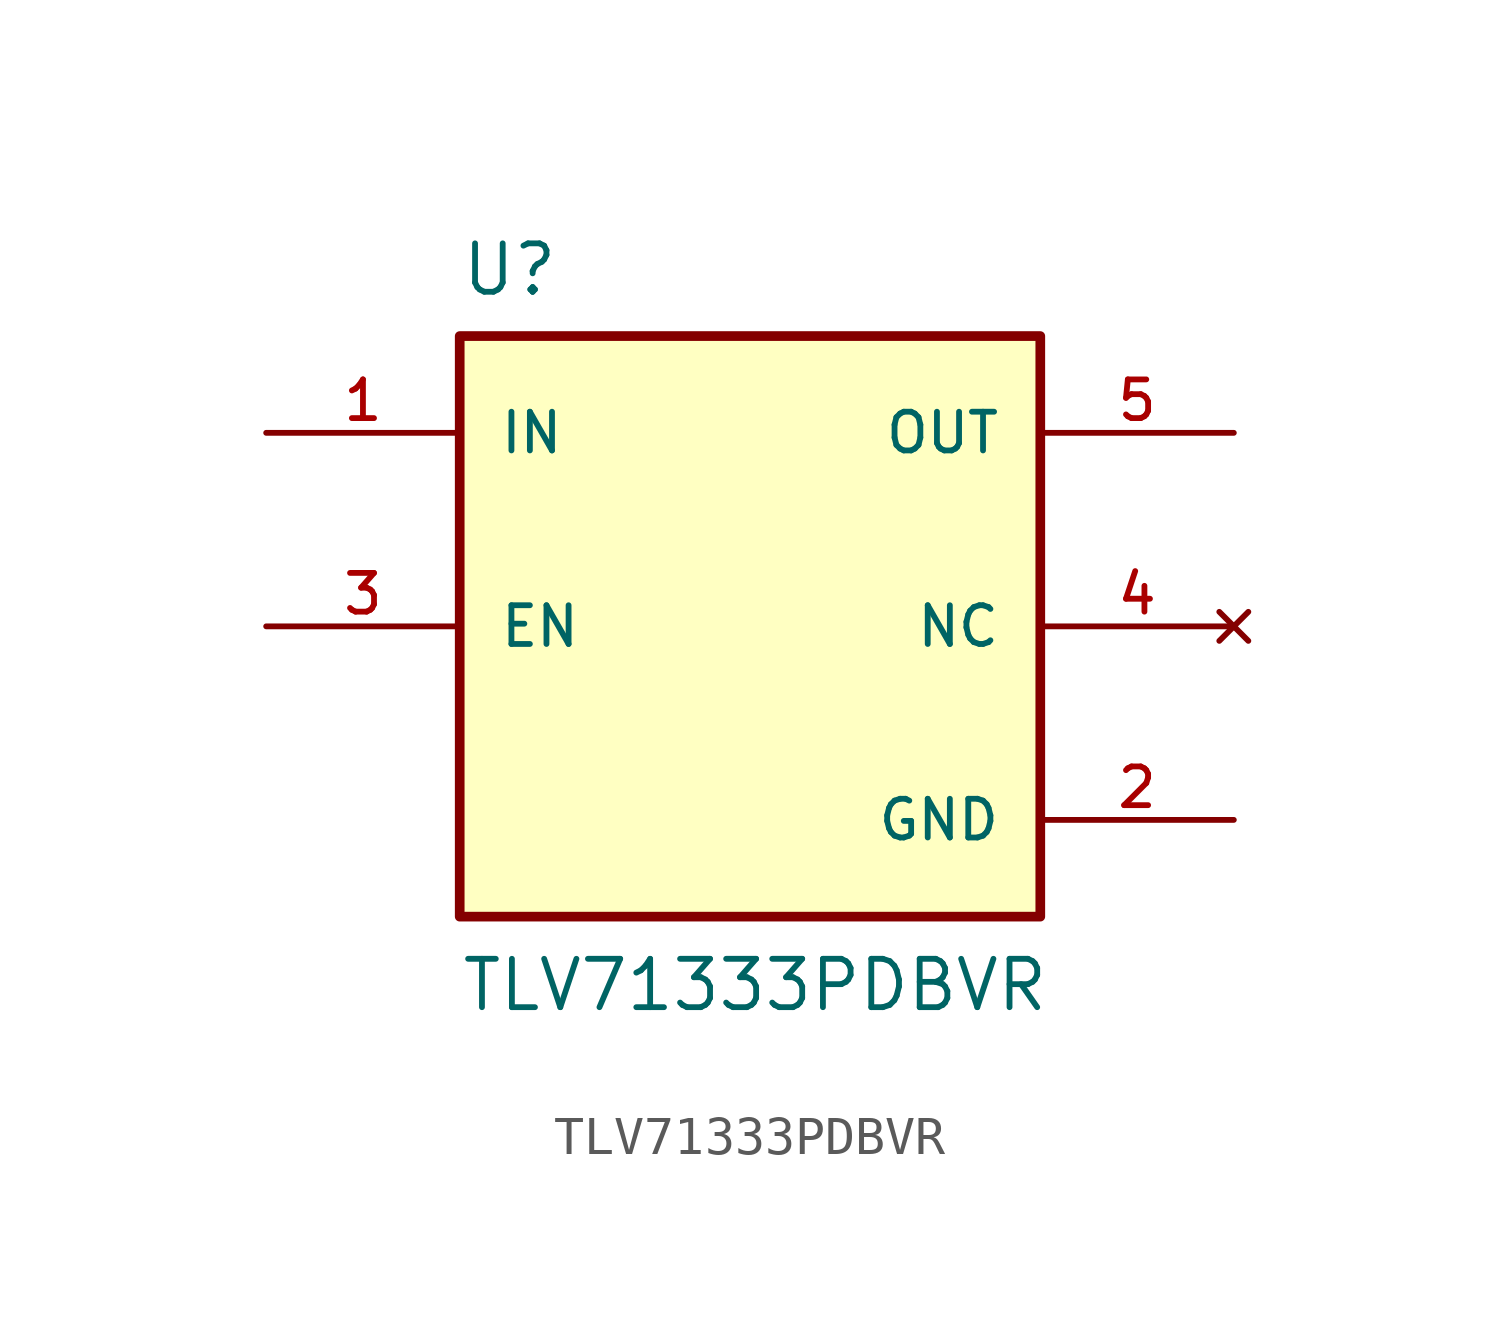
<source format=kicad_sym>
(kicad_symbol_lib
  (version 20211014)
  (generator kicad_symbol_editor)
  (symbol "TLV71333PDBVR"
    (pin_names
      (offset 1.016))
    (property "Reference" "U"
      (at -7.62 8.62 0.0)
      (effects (font (size 1.27 1.27)) (justify bottom left)))
    (property "Value" "TLV71333PDBVR"
      (at -7.62 -10.16 0.0)
      (effects (font (size 1.27 1.27)) (justify bottom left)))
    (symbol "TLV71333PDBVR_0_0"
      (rectangle (start -7.62 -7.62) (end 7.62 7.62) (stroke (width 0.254)) (fill (type background)))
      (pin input line (at -12.7 0.0 0) (length 5.08) (name "EN" (effects (font (size 1.016 1.016)))) (number "3" (effects (font (size 1.016 1.016)))))
      (pin input line (at -12.7 5.08 0) (length 5.08) (name "IN" (effects (font (size 1.016 1.016)))) (number "1" (effects (font (size 1.016 1.016)))))
      (pin output line (at 12.7 5.08 180.0) (length 5.08) (name "OUT" (effects (font (size 1.016 1.016)))) (number "5" (effects (font (size 1.016 1.016)))))
      (pin power_in line (at 12.7 -5.08 180.0) (length 5.08) (name "GND" (effects (font (size 1.016 1.016)))) (number "2" (effects (font (size 1.016 1.016)))))
      (pin no_connect line (at 12.7 0.0 180.0) (length 5.08) (name "NC" (effects (font (size 1.016 1.016)))) (number "4" (effects (font (size 1.016 1.016))))))))
</source>
